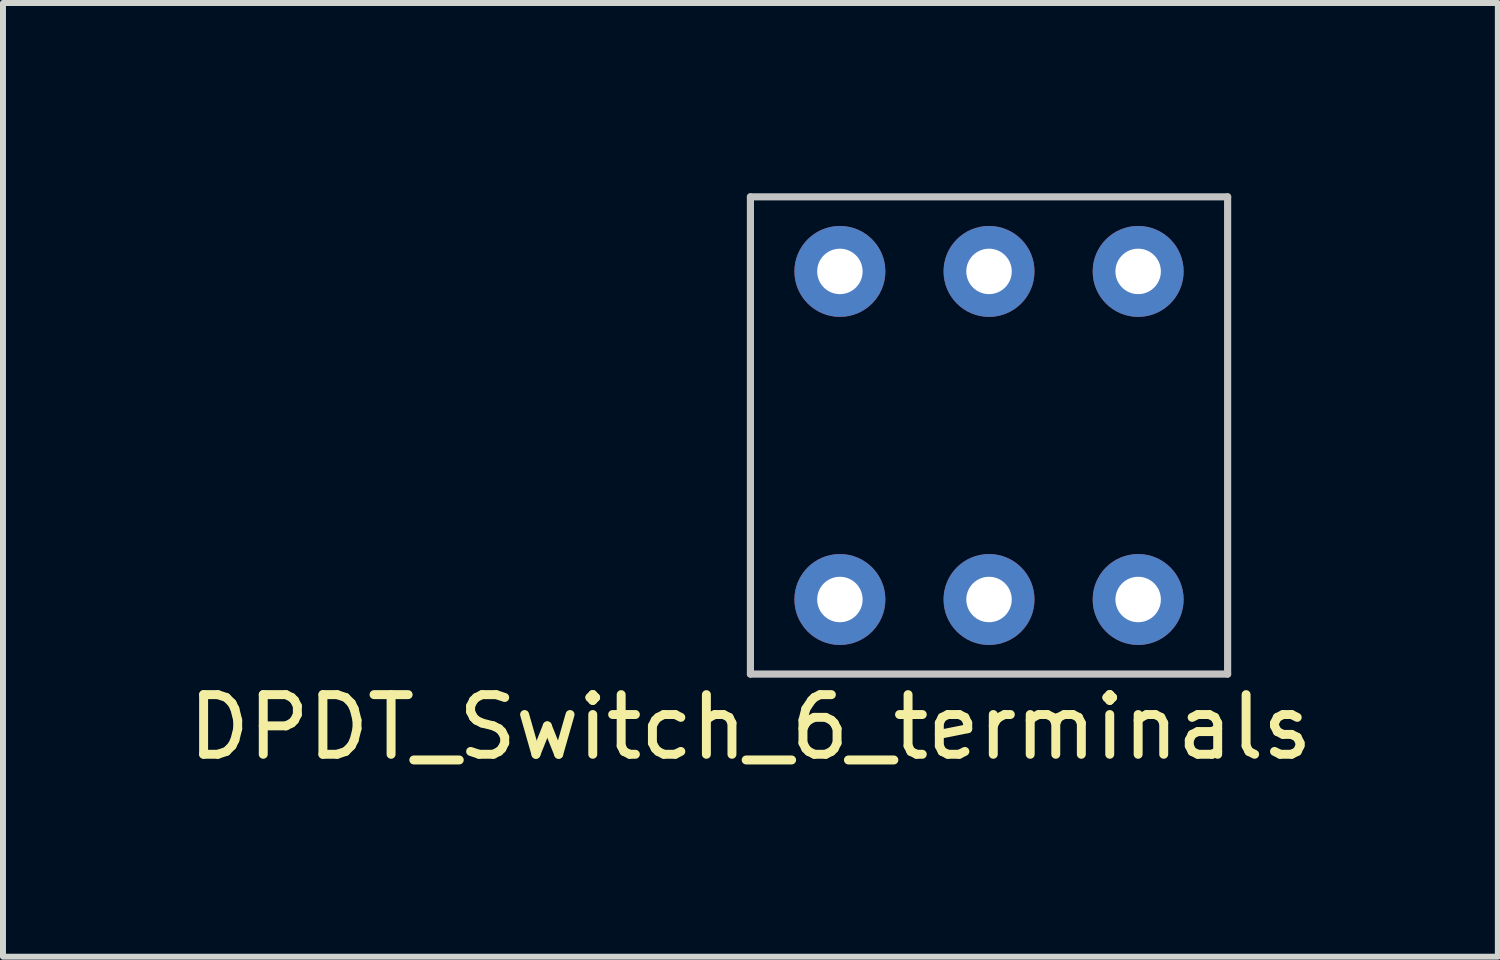
<source format=kicad_pcb>
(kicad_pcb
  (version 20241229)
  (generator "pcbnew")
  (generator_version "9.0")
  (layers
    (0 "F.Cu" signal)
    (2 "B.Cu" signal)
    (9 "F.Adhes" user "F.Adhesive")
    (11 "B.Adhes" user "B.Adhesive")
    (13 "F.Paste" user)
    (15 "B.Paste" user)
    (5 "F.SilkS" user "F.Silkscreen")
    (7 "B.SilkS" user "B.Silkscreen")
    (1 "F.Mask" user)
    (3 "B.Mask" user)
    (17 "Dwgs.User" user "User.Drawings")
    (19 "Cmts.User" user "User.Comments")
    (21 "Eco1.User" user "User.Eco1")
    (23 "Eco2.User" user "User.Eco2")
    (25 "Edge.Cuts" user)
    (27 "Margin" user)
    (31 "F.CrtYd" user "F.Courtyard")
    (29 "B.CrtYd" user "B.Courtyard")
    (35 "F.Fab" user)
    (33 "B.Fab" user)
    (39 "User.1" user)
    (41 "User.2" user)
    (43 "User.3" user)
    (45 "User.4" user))
  (footprint "DPDT_Switch_6_terminals"
    (layer "F.Cu")
    (at 9.53 0.25)
    (property "Reference" "DPDT_Switch_6_terminals" (at 0 8.89 0) (layer "F.SilkS") (effects (font (size 1 1) (thickness 0.15))))
    (attr through_hole)
    (fp_line (start 0 0) (end 8 0) (stroke (width 0.12) (type solid)) (layer "Dwgs.User"))
    (fp_line (start 0 8) (end 0 0) (stroke (width 0.12) (type solid)) (layer "Dwgs.User"))
    (fp_line (start 8 0) (end 8 8) (stroke (width 0.12) (type solid)) (layer "Dwgs.User"))
    (fp_line (start 8 8) (end 0 8) (stroke (width 0.12) (type solid)) (layer "Dwgs.User"))
    (pad "1" thru_hole circle (at 6.5 6.75) (size 1.524 1.524) (drill 0.762) (layers "*.Cu" "*.Mask"))
    (pad "2" thru_hole oval (at 1.5 6.75) (size 1.524 1.524) (drill 0.762) (layers "*.Cu" "*.Mask"))
    (pad "3" thru_hole circle (at 4 6.75) (size 1.524 1.524) (drill 0.762) (layers "*.Cu" "*.Mask"))
    (pad "4" thru_hole circle (at 6.5 1.25) (size 1.524 1.524) (drill 0.762) (layers "*.Cu" "*.Mask"))
    (pad "5" thru_hole circle (at 1.5 1.25) (size 1.524 1.524) (drill 0.762) (layers "*.Cu" "*.Mask"))
    (pad "6" thru_hole circle (at 4 1.25) (size 1.524 1.524) (drill 0.762) (layers "*.Cu" "*.Mask")))
  (gr_rect
    (start -3 -3)
    (end 22.06 12.988)
    (stroke (width 0.1) (type default))
    (fill no)
    (layer "Edge.Cuts")))
</source>
